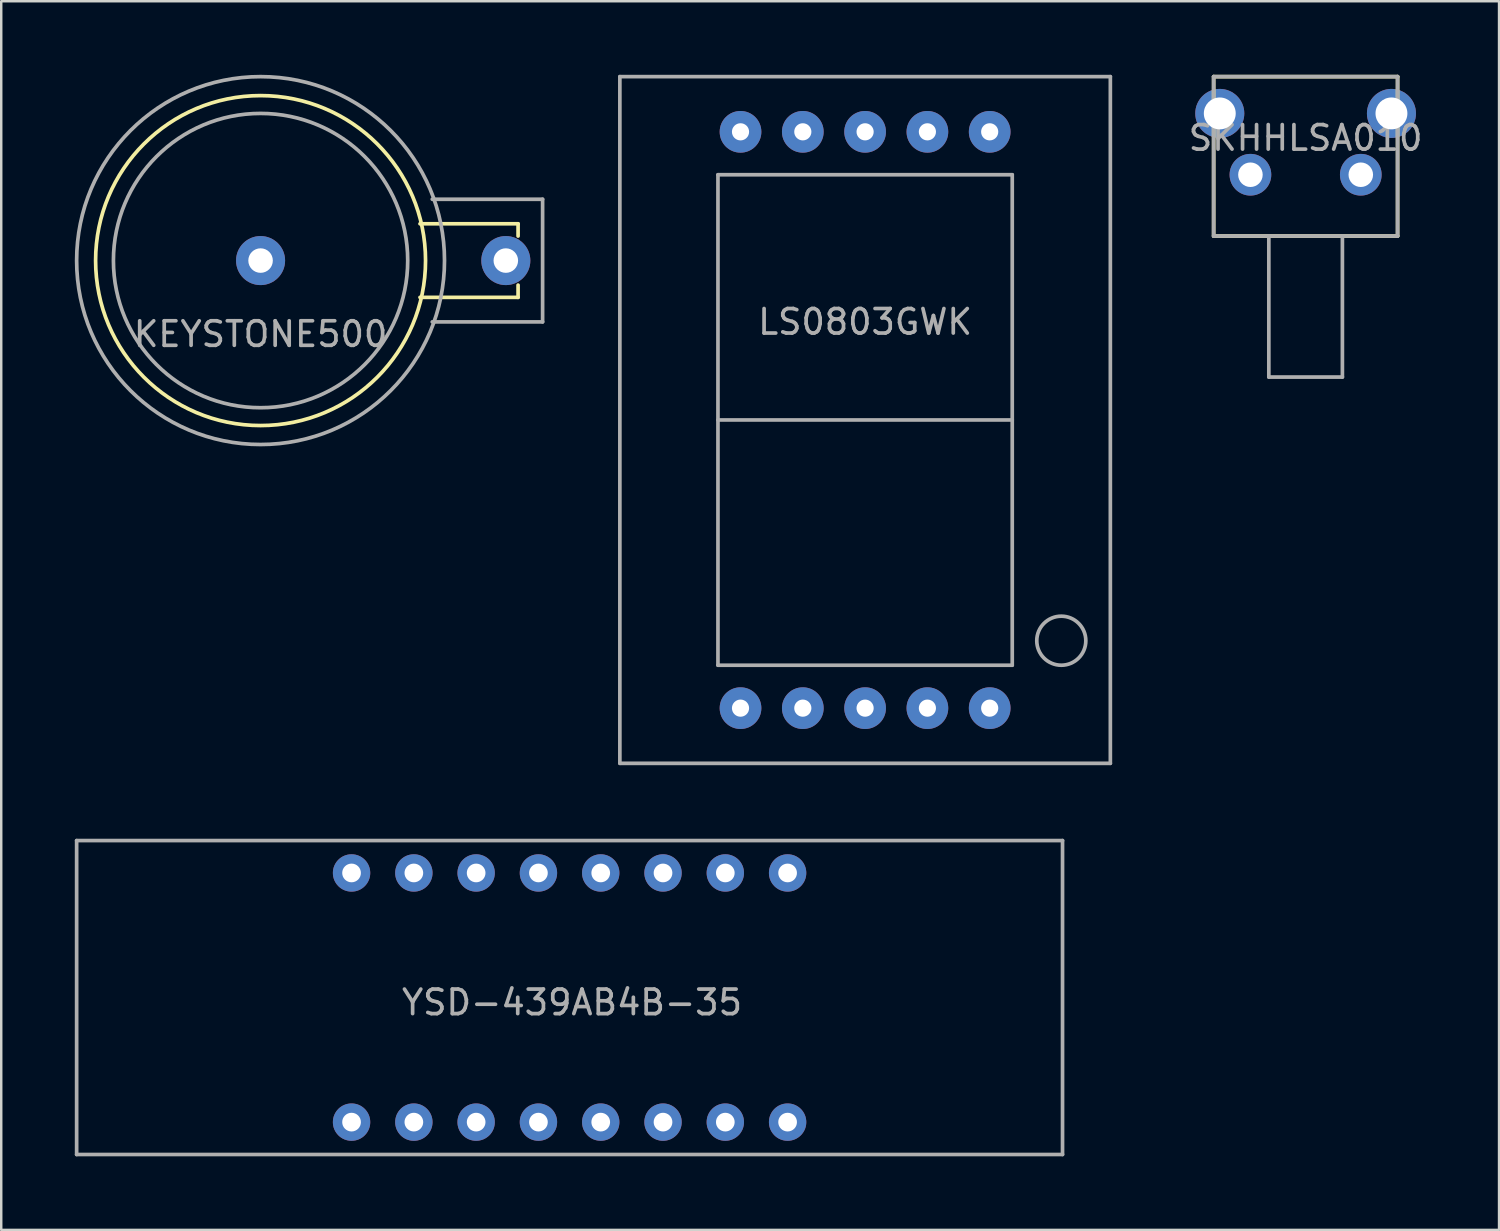
<source format=kicad_pcb>
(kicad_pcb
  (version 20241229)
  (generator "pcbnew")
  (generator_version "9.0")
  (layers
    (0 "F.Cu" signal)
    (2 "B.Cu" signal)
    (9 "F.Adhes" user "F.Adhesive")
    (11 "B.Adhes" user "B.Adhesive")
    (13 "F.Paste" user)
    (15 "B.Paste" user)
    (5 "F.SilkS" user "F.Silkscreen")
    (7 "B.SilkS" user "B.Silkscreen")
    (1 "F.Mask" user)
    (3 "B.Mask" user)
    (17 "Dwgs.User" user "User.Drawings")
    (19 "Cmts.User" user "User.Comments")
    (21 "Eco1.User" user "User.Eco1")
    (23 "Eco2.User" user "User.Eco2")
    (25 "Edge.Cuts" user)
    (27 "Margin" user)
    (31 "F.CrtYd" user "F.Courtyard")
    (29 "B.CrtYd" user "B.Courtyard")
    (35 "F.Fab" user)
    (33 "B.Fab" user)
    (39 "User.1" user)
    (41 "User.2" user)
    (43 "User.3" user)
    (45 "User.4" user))
  (footprint "KEYSTONE500"
    (layer "F.Cu")
    (at 7.575 7.575)
    (property "Reference" "KEYSTONE500" (at 0 3 0) (layer "F.Fab") (effects (font (size 1 1) (thickness 0.15))))
    (attr through_hole)
    (fp_line (start 10.5 -1.5) (end 6.5 -1.5) (stroke (width 0.15) (type solid)) (layer "F.SilkS"))
    (fp_line (start 10.5 -1.5) (end 10.5 -1) (stroke (width 0.15) (type solid)) (layer "F.SilkS"))
    (fp_line (start 10.5 1) (end 10.5 1.5) (stroke (width 0.15) (type solid)) (layer "F.SilkS"))
    (fp_line (start 10.5 1.5) (end 6.5 1.5) (stroke (width 0.15) (type solid)) (layer "F.SilkS"))
    (fp_circle (center 0 0) (end 5 -4.5) (stroke (width 0.15) (type solid)) (fill no) (layer "F.SilkS"))
    (fp_line (start 11.5 -2.5) (end 7 -2.5) (stroke (width 0.15) (type solid)) (layer "F.Fab"))
    (fp_line (start 11.5 -2.5) (end 11.5 2.5) (stroke (width 0.15) (type solid)) (layer "F.Fab"))
    (fp_line (start 11.5 2.5) (end 7 2.5) (stroke (width 0.15) (type solid)) (layer "F.Fab"))
    (fp_circle (center 0 0) (end -7.5 0) (stroke (width 0.15) (type solid)) (fill no) (layer "F.Fab"))
    (fp_circle (center 0 0) (end -6 0) (stroke (width 0.15) (type solid)) (fill no) (layer "F.Fab"))
    (pad "1" thru_hole circle (at 10 0) (size 2 2) (drill 1) (layers "*.Cu" "*.Mask"))
    (pad "2" thru_hole circle (at 0 0) (size 2 2) (drill 1) (layers "*.Cu" "*.Mask")))
  (footprint "YSD-439AB4B-35"
    (layer "F.Cu")
    (at 20.175 37.625)
    (property "Reference" "YSD-439AB4B-35" (at 0.1 0.2 0) (layer "F.Fab") (effects (font (size 1 1) (thickness 0.15))))
    (attr through_hole)
    (fp_line (start -20.1 -6.4) (end -20.1 6.4) (stroke (width 0.15) (type solid)) (layer "F.Fab"))
    (fp_line (start -20.1 6.4) (end 20.1 6.4) (stroke (width 0.15) (type solid)) (layer "F.Fab"))
    (fp_line (start 20.1 -6.4) (end -20.1 -6.4) (stroke (width 0.15) (type solid)) (layer "F.Fab"))
    (fp_line (start 20.1 6.4) (end 20.1 -6.4) (stroke (width 0.15) (type solid)) (layer "F.Fab"))
    (pad "1" thru_hole circle (at -8.89 5.08) (size 1.524 1.524) (drill 0.762) (layers "*.Cu" "*.Mask"))
    (pad "2" thru_hole circle (at -6.35 5.08) (size 1.524 1.524) (drill 0.762) (layers "*.Cu" "*.Mask"))
    (pad "3" thru_hole circle (at -3.81 5.08) (size 1.524 1.524) (drill 0.762) (layers "*.Cu" "*.Mask"))
    (pad "4" thru_hole circle (at -1.27 5.08) (size 1.524 1.524) (drill 0.762) (layers "*.Cu" "*.Mask"))
    (pad "5" thru_hole circle (at 1.27 5.08) (size 1.524 1.524) (drill 0.762) (layers "*.Cu" "*.Mask"))
    (pad "6" thru_hole circle (at 3.81 5.08) (size 1.524 1.524) (drill 0.762) (layers "*.Cu" "*.Mask"))
    (pad "7" thru_hole circle (at 6.35 5.08) (size 1.524 1.524) (drill 0.762) (layers "*.Cu" "*.Mask"))
    (pad "8" thru_hole circle (at 8.89 5.08) (size 1.524 1.524) (drill 0.762) (layers "*.Cu" "*.Mask"))
    (pad "9" thru_hole circle (at 8.89 -5.08) (size 1.524 1.524) (drill 0.762) (layers "*.Cu" "*.Mask"))
    (pad "10" thru_hole circle (at 6.35 -5.08) (size 1.524 1.524) (drill 0.762) (layers "*.Cu" "*.Mask"))
    (pad "11" thru_hole circle (at 3.81 -5.08) (size 1.524 1.524) (drill 0.762) (layers "*.Cu" "*.Mask"))
    (pad "12" thru_hole circle (at 1.27 -5.08) (size 1.524 1.524) (drill 0.762) (layers "*.Cu" "*.Mask"))
    (pad "13" thru_hole circle (at -1.27 -5.08) (size 1.524 1.524) (drill 0.762) (layers "*.Cu" "*.Mask"))
    (pad "14" thru_hole circle (at -3.81 -5.08) (size 1.524 1.524) (drill 0.762) (layers "*.Cu" "*.Mask"))
    (pad "15" thru_hole circle (at -6.35 -5.08) (size 1.524 1.524) (drill 0.762) (layers "*.Cu" "*.Mask"))
    (pad "16" thru_hole circle (at -8.89 -5.08) (size 1.524 1.524) (drill 0.762) (layers "*.Cu" "*.Mask")))
  (footprint "LS0803GWK"
    (layer "F.Cu")
    (at 32.225 14.075)
    (property "Reference" "LS0803GWK" (at 0 -4 0) (layer "F.Fab") (effects (font (size 1 1) (thickness 0.15))))
    (attr through_hole)
    (fp_line (start -10 -14) (end 10 -14) (stroke (width 0.15) (type solid)) (layer "F.Fab"))
    (fp_line (start -10 14) (end -10 -14) (stroke (width 0.15) (type solid)) (layer "F.Fab"))
    (fp_line (start -6 -10) (end 6 -10) (stroke (width 0.15) (type solid)) (layer "F.Fab"))
    (fp_line (start -6 0) (end 6 0) (stroke (width 0.15) (type solid)) (layer "F.Fab"))
    (fp_line (start -6 10) (end -6 -10) (stroke (width 0.15) (type solid)) (layer "F.Fab"))
    (fp_line (start 6 -10) (end 6 10) (stroke (width 0.15) (type solid)) (layer "F.Fab"))
    (fp_line (start 6 10) (end -6 10) (stroke (width 0.15) (type solid)) (layer "F.Fab"))
    (fp_line (start 10 -14) (end 10 14) (stroke (width 0.15) (type solid)) (layer "F.Fab"))
    (fp_line (start 10 14) (end -10 14) (stroke (width 0.15) (type solid)) (layer "F.Fab"))
    (fp_circle (center 8 9) (end 7 9) (stroke (width 0.15) (type solid)) (fill no) (layer "F.Fab"))
    (pad "1" thru_hole circle (at -5.08 -11.75) (size 1.7 1.7) (drill 0.7) (layers "*.Cu" "*.Mask"))
    (pad "2" thru_hole circle (at -2.54 -11.75) (size 1.7 1.7) (drill 0.7) (layers "*.Cu" "*.Mask"))
    (pad "3" thru_hole circle (at 0 -11.75) (size 1.7 1.7) (drill 0.7) (layers "*.Cu" "*.Mask"))
    (pad "4" thru_hole circle (at 2.54 -11.75) (size 1.7 1.7) (drill 0.7) (layers "*.Cu" "*.Mask"))
    (pad "5" thru_hole circle (at 5.08 -11.75) (size 1.7 1.7) (drill 0.7) (layers "*.Cu" "*.Mask"))
    (pad "6" thru_hole circle (at 5.08 11.75) (size 1.7 1.7) (drill 0.7) (layers "*.Cu" "*.Mask"))
    (pad "7" thru_hole circle (at 2.54 11.75) (size 1.7 1.7) (drill 0.7) (layers "*.Cu" "*.Mask"))
    (pad "8" thru_hole circle (at 0 11.75) (size 1.7 1.7) (drill 0.7) (layers "*.Cu" "*.Mask"))
    (pad "9" thru_hole circle (at -2.54 11.75) (size 1.7 1.7) (drill 0.7) (layers "*.Cu" "*.Mask"))
    (pad "10" thru_hole circle (at -5.08 11.75) (size 1.7 1.7) (drill 0.7) (layers "*.Cu" "*.Mask")))
  (footprint "SKHHLSA010"
    (layer "F.Cu")
    (at 50.187 4.075)
    (property "Reference" "SKHHLSA010" (at 0 -1.5 0) (layer "F.Fab") (effects (font (size 1 1) (thickness 0.15))))
    (attr through_hole)
    (fp_line (start -3.75 -4) (end 3.75 -4) (stroke (width 0.15) (type solid)) (layer "F.SilkS"))
    (fp_line (start -3.75 2.5) (end -3.75 -4) (stroke (width 0.15) (type solid)) (layer "F.SilkS"))
    (fp_line (start 3.75 -4) (end 3.75 2.5) (stroke (width 0.15) (type solid)) (layer "F.SilkS"))
    (fp_line (start 3.75 2.5) (end -3.75 2.5) (stroke (width 0.15) (type solid)) (layer "F.SilkS"))
    (fp_line (start -3.75 -4) (end 3.75 -4) (stroke (width 0.15) (type solid)) (layer "F.Fab"))
    (fp_line (start -3.75 2.5) (end -3.75 -4) (stroke (width 0.15) (type solid)) (layer "F.Fab"))
    (fp_line (start -1.5 2.5) (end -1.5 8.25) (stroke (width 0.15) (type solid)) (layer "F.Fab"))
    (fp_line (start -1.5 8.25) (end 1.5 8.25) (stroke (width 0.15) (type solid)) (layer "F.Fab"))
    (fp_line (start 1.5 8.25) (end 1.5 2.5) (stroke (width 0.15) (type solid)) (layer "F.Fab"))
    (fp_line (start 3.75 -4) (end 3.75 2.5) (stroke (width 0.15) (type solid)) (layer "F.Fab"))
    (fp_line (start 3.75 2.5) (end -3.75 2.5) (stroke (width 0.15) (type solid)) (layer "F.Fab"))
    (pad "1" thru_hole circle (at -2.25 0) (size 1.7 1.7) (drill 1) (layers "*.Cu" "*.Mask"))
    (pad "2" thru_hole circle (at 2.25 0) (size 1.7 1.7) (drill 1) (layers "*.Cu" "*.Mask"))
    (pad "3" thru_hole circle (at -3.5 -2.5) (size 2 2) (drill 1.3) (layers "*.Cu" "*.Mask"))
    (pad "4" thru_hole circle (at 3.5 -2.5) (size 2 2) (drill 1.3) (layers "*.Cu" "*.Mask")))
  (gr_rect
    (start -3 -3)
    (end 58.074 47.1)
    (stroke (width 0.1) (type default))
    (fill no)
    (layer "Edge.Cuts")))
</source>
